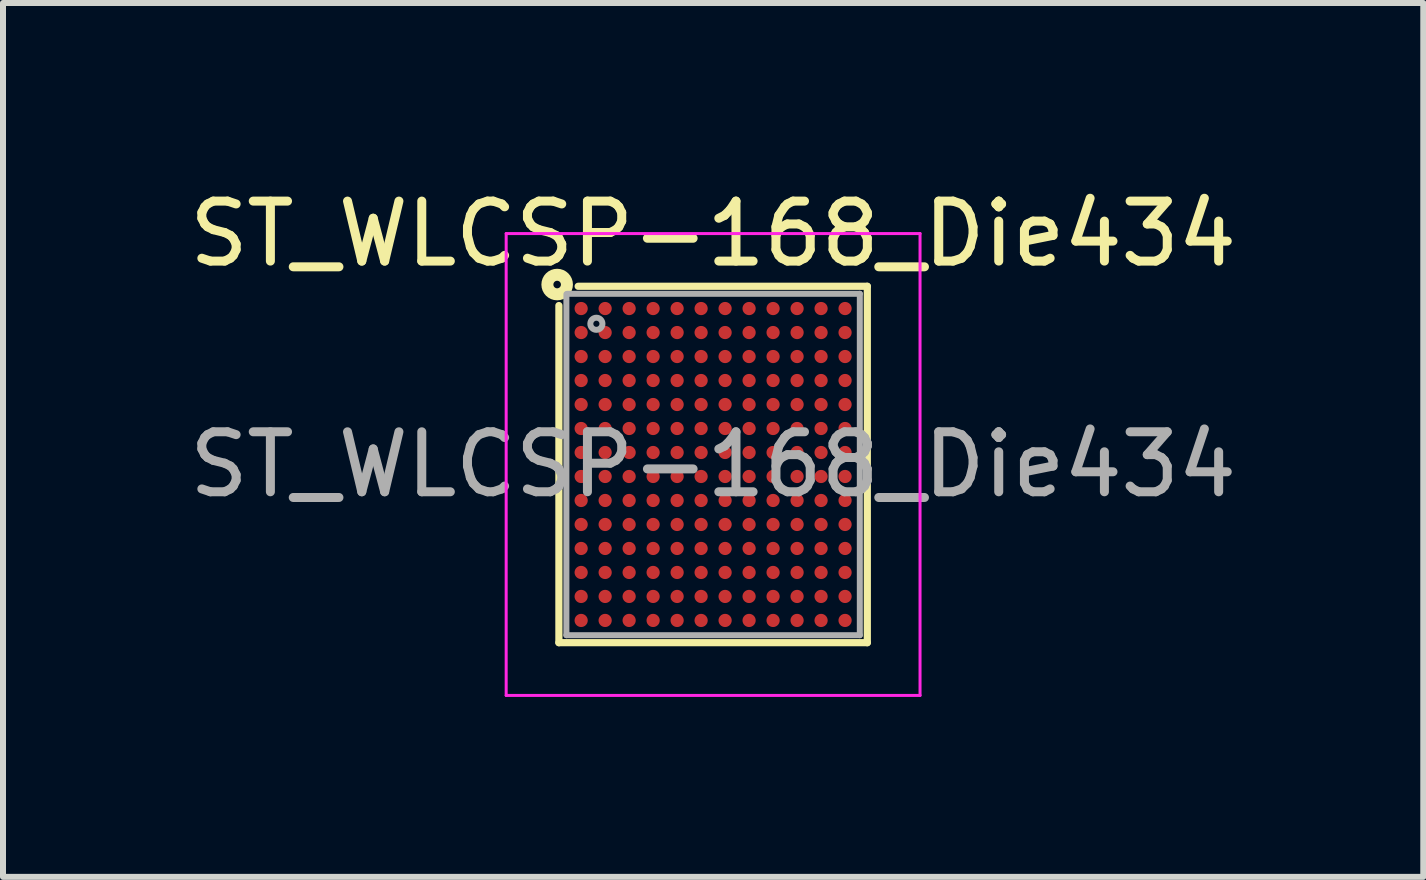
<source format=kicad_pcb>
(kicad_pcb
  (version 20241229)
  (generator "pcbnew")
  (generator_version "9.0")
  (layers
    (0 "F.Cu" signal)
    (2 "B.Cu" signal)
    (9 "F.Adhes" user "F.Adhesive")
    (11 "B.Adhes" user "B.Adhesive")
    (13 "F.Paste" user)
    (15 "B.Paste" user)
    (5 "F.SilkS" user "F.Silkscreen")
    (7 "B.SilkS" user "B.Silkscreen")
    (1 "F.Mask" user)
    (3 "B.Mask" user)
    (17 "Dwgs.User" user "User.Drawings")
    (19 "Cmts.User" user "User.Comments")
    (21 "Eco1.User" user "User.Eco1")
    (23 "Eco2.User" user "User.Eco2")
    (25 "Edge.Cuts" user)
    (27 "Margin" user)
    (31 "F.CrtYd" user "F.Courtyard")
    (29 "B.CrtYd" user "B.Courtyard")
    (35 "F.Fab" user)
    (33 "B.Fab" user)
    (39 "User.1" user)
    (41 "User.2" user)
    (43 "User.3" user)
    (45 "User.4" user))
  (footprint "ST_WLCSP-168_Die434"
    (layer "F.Cu")
    (at 8.839 4.694)
    (property "Reference" "ST_WLCSP-168_Die434" (at 0 -3.846 0) (layer "F.SilkS") (effects (font (size 1 1) (thickness 0.15))))
    (attr smd)
    (fp_line (start -2.571 2.971) (end -2.571 -2.65) (stroke (width 0.12) (type solid)) (layer "F.SilkS"))
    (fp_line (start -2.25 -2.971) (end 2.571 -2.971) (stroke (width 0.12) (type solid)) (layer "F.SilkS"))
    (fp_line (start 2.571 -2.971) (end 2.571 2.971) (stroke (width 0.12) (type solid)) (layer "F.SilkS"))
    (fp_line (start 2.571 2.971) (end -2.571 2.971) (stroke (width 0.12) (type solid)) (layer "F.SilkS"))
    (fp_circle (center -2.6 -3) (end -2.537 -3) (stroke (width 0.2) (type solid)) (fill no) (layer "F.SilkS"))
    (fp_line (start -3.45 -3.85) (end -3.45 3.85) (stroke (width 0.05) (type solid)) (layer "F.CrtYd"))
    (fp_line (start -3.45 3.85) (end 3.45 3.85) (stroke (width 0.05) (type solid)) (layer "F.CrtYd"))
    (fp_line (start 3.45 -3.85) (end -3.45 -3.85) (stroke (width 0.05) (type solid)) (layer "F.CrtYd"))
    (fp_line (start 3.45 3.85) (end 3.45 -3.85) (stroke (width 0.05) (type solid)) (layer "F.CrtYd"))
    (fp_line (start -2.446 2.846) (end -2.446 -2.84) (stroke (width 0.1) (type solid)) (layer "F.Fab"))
    (fp_line (start -2.43 -2.846) (end 2.446 -2.846) (stroke (width 0.1) (type solid)) (layer "F.Fab"))
    (fp_line (start 2.446 -2.846) (end 2.446 2.846) (stroke (width 0.1) (type solid)) (layer "F.Fab"))
    (fp_line (start 2.446 2.846) (end -2.446 2.846) (stroke (width 0.1) (type solid)) (layer "F.Fab"))
    (fp_circle (center -1.946 -2.346) (end -1.845 -2.346) (stroke (width 0.1) (type solid)) (fill no) (layer "F.Fab"))
    (fp_text user "${REFERENCE}" (at 0 0 0) (layer "F.Fab") (effects (font (size 1 1) (thickness 0.15))))
    (pad "A1" smd circle (at -2.2 -2.6) (size 0.22 0.22) (layers "F.Cu" "F.Mask" "F.Paste"))
    (pad "A2" smd circle (at -1.8 -2.6) (size 0.22 0.22) (layers "F.Cu" "F.Mask" "F.Paste"))
    (pad "A3" smd circle (at -1.4 -2.6) (size 0.22 0.22) (layers "F.Cu" "F.Mask" "F.Paste"))
    (pad "A4" smd circle (at -1 -2.6) (size 0.22 0.22) (layers "F.Cu" "F.Mask" "F.Paste"))
    (pad "A5" smd circle (at -0.6 -2.6) (size 0.22 0.22) (layers "F.Cu" "F.Mask" "F.Paste"))
    (pad "A6" smd circle (at -0.2 -2.6) (size 0.22 0.22) (layers "F.Cu" "F.Mask" "F.Paste"))
    (pad "A7" smd circle (at 0.2 -2.6) (size 0.22 0.22) (layers "F.Cu" "F.Mask" "F.Paste"))
    (pad "A8" smd circle (at 0.6 -2.6) (size 0.22 0.22) (layers "F.Cu" "F.Mask" "F.Paste"))
    (pad "A9" smd circle (at 1 -2.6) (size 0.22 0.22) (layers "F.Cu" "F.Mask" "F.Paste"))
    (pad "A10" smd circle (at 1.4 -2.6) (size 0.22 0.22) (layers "F.Cu" "F.Mask" "F.Paste"))
    (pad "A11" smd circle (at 1.8 -2.6) (size 0.22 0.22) (layers "F.Cu" "F.Mask" "F.Paste"))
    (pad "A12" smd circle (at 2.2 -2.6) (size 0.22 0.22) (layers "F.Cu" "F.Mask" "F.Paste"))
    (pad "B1" smd circle (at -2.2 -2.2) (size 0.22 0.22) (layers "F.Cu" "F.Mask" "F.Paste"))
    (pad "B2" smd circle (at -1.8 -2.2) (size 0.22 0.22) (layers "F.Cu" "F.Mask" "F.Paste"))
    (pad "B3" smd circle (at -1.4 -2.2) (size 0.22 0.22) (layers "F.Cu" "F.Mask" "F.Paste"))
    (pad "B4" smd circle (at -1 -2.2) (size 0.22 0.22) (layers "F.Cu" "F.Mask" "F.Paste"))
    (pad "B5" smd circle (at -0.6 -2.2) (size 0.22 0.22) (layers "F.Cu" "F.Mask" "F.Paste"))
    (pad "B6" smd circle (at -0.2 -2.2) (size 0.22 0.22) (layers "F.Cu" "F.Mask" "F.Paste"))
    (pad "B7" smd circle (at 0.2 -2.2) (size 0.22 0.22) (layers "F.Cu" "F.Mask" "F.Paste"))
    (pad "B8" smd circle (at 0.6 -2.2) (size 0.22 0.22) (layers "F.Cu" "F.Mask" "F.Paste"))
    (pad "B9" smd circle (at 1 -2.2) (size 0.22 0.22) (layers "F.Cu" "F.Mask" "F.Paste"))
    (pad "B10" smd circle (at 1.4 -2.2) (size 0.22 0.22) (layers "F.Cu" "F.Mask" "F.Paste"))
    (pad "B11" smd circle (at 1.8 -2.2) (size 0.22 0.22) (layers "F.Cu" "F.Mask" "F.Paste"))
    (pad "B12" smd circle (at 2.2 -2.2) (size 0.22 0.22) (layers "F.Cu" "F.Mask" "F.Paste"))
    (pad "C1" smd circle (at -2.2 -1.8) (size 0.22 0.22) (layers "F.Cu" "F.Mask" "F.Paste"))
    (pad "C2" smd circle (at -1.8 -1.8) (size 0.22 0.22) (layers "F.Cu" "F.Mask" "F.Paste"))
    (pad "C3" smd circle (at -1.4 -1.8) (size 0.22 0.22) (layers "F.Cu" "F.Mask" "F.Paste"))
    (pad "C4" smd circle (at -1 -1.8) (size 0.22 0.22) (layers "F.Cu" "F.Mask" "F.Paste"))
    (pad "C5" smd circle (at -0.6 -1.8) (size 0.22 0.22) (layers "F.Cu" "F.Mask" "F.Paste"))
    (pad "C6" smd circle (at -0.2 -1.8) (size 0.22 0.22) (layers "F.Cu" "F.Mask" "F.Paste"))
    (pad "C7" smd circle (at 0.2 -1.8) (size 0.22 0.22) (layers "F.Cu" "F.Mask" "F.Paste"))
    (pad "C8" smd circle (at 0.6 -1.8) (size 0.22 0.22) (layers "F.Cu" "F.Mask" "F.Paste"))
    (pad "C9" smd circle (at 1 -1.8) (size 0.22 0.22) (layers "F.Cu" "F.Mask" "F.Paste"))
    (pad "C10" smd circle (at 1.4 -1.8) (size 0.22 0.22) (layers "F.Cu" "F.Mask" "F.Paste"))
    (pad "C11" smd circle (at 1.8 -1.8) (size 0.22 0.22) (layers "F.Cu" "F.Mask" "F.Paste"))
    (pad "C12" smd circle (at 2.2 -1.8) (size 0.22 0.22) (layers "F.Cu" "F.Mask" "F.Paste"))
    (pad "D1" smd circle (at -2.2 -1.4) (size 0.22 0.22) (layers "F.Cu" "F.Mask" "F.Paste"))
    (pad "D2" smd circle (at -1.8 -1.4) (size 0.22 0.22) (layers "F.Cu" "F.Mask" "F.Paste"))
    (pad "D3" smd circle (at -1.4 -1.4) (size 0.22 0.22) (layers "F.Cu" "F.Mask" "F.Paste"))
    (pad "D4" smd circle (at -1 -1.4) (size 0.22 0.22) (layers "F.Cu" "F.Mask" "F.Paste"))
    (pad "D5" smd circle (at -0.6 -1.4) (size 0.22 0.22) (layers "F.Cu" "F.Mask" "F.Paste"))
    (pad "D6" smd circle (at -0.2 -1.4) (size 0.22 0.22) (layers "F.Cu" "F.Mask" "F.Paste"))
    (pad "D7" smd circle (at 0.2 -1.4) (size 0.22 0.22) (layers "F.Cu" "F.Mask" "F.Paste"))
    (pad "D8" smd circle (at 0.6 -1.4) (size 0.22 0.22) (layers "F.Cu" "F.Mask" "F.Paste"))
    (pad "D9" smd circle (at 1 -1.4) (size 0.22 0.22) (layers "F.Cu" "F.Mask" "F.Paste"))
    (pad "D10" smd circle (at 1.4 -1.4) (size 0.22 0.22) (layers "F.Cu" "F.Mask" "F.Paste"))
    (pad "D11" smd circle (at 1.8 -1.4) (size 0.22 0.22) (layers "F.Cu" "F.Mask" "F.Paste"))
    (pad "D12" smd circle (at 2.2 -1.4) (size 0.22 0.22) (layers "F.Cu" "F.Mask" "F.Paste"))
    (pad "E1" smd circle (at -2.2 -1) (size 0.22 0.22) (layers "F.Cu" "F.Mask" "F.Paste"))
    (pad "E2" smd circle (at -1.8 -1) (size 0.22 0.22) (layers "F.Cu" "F.Mask" "F.Paste"))
    (pad "E3" smd circle (at -1.4 -1) (size 0.22 0.22) (layers "F.Cu" "F.Mask" "F.Paste"))
    (pad "E4" smd circle (at -1 -1) (size 0.22 0.22) (layers "F.Cu" "F.Mask" "F.Paste"))
    (pad "E5" smd circle (at -0.6 -1) (size 0.22 0.22) (layers "F.Cu" "F.Mask" "F.Paste"))
    (pad "E6" smd circle (at -0.2 -1) (size 0.22 0.22) (layers "F.Cu" "F.Mask" "F.Paste"))
    (pad "E7" smd circle (at 0.2 -1) (size 0.22 0.22) (layers "F.Cu" "F.Mask" "F.Paste"))
    (pad "E8" smd circle (at 0.6 -1) (size 0.22 0.22) (layers "F.Cu" "F.Mask" "F.Paste"))
    (pad "E9" smd circle (at 1 -1) (size 0.22 0.22) (layers "F.Cu" "F.Mask" "F.Paste"))
    (pad "E10" smd circle (at 1.4 -1) (size 0.22 0.22) (layers "F.Cu" "F.Mask" "F.Paste"))
    (pad "E11" smd circle (at 1.8 -1) (size 0.22 0.22) (layers "F.Cu" "F.Mask" "F.Paste"))
    (pad "E12" smd circle (at 2.2 -1) (size 0.22 0.22) (layers "F.Cu" "F.Mask" "F.Paste"))
    (pad "F1" smd circle (at -2.2 -0.6) (size 0.22 0.22) (layers "F.Cu" "F.Mask" "F.Paste"))
    (pad "F2" smd circle (at -1.8 -0.6) (size 0.22 0.22) (layers "F.Cu" "F.Mask" "F.Paste"))
    (pad "F3" smd circle (at -1.4 -0.6) (size 0.22 0.22) (layers "F.Cu" "F.Mask" "F.Paste"))
    (pad "F4" smd circle (at -1 -0.6) (size 0.22 0.22) (layers "F.Cu" "F.Mask" "F.Paste"))
    (pad "F5" smd circle (at -0.6 -0.6) (size 0.22 0.22) (layers "F.Cu" "F.Mask" "F.Paste"))
    (pad "F6" smd circle (at -0.2 -0.6) (size 0.22 0.22) (layers "F.Cu" "F.Mask" "F.Paste"))
    (pad "F7" smd circle (at 0.2 -0.6) (size 0.22 0.22) (layers "F.Cu" "F.Mask" "F.Paste"))
    (pad "F8" smd circle (at 0.6 -0.6) (size 0.22 0.22) (layers "F.Cu" "F.Mask" "F.Paste"))
    (pad "F9" smd circle (at 1 -0.6) (size 0.22 0.22) (layers "F.Cu" "F.Mask" "F.Paste"))
    (pad "F10" smd circle (at 1.4 -0.6) (size 0.22 0.22) (layers "F.Cu" "F.Mask" "F.Paste"))
    (pad "F11" smd circle (at 1.8 -0.6) (size 0.22 0.22) (layers "F.Cu" "F.Mask" "F.Paste"))
    (pad "F12" smd circle (at 2.2 -0.6) (size 0.22 0.22) (layers "F.Cu" "F.Mask" "F.Paste"))
    (pad "G1" smd circle (at -2.2 -0.2) (size 0.22 0.22) (layers "F.Cu" "F.Mask" "F.Paste"))
    (pad "G2" smd circle (at -1.8 -0.2) (size 0.22 0.22) (layers "F.Cu" "F.Mask" "F.Paste"))
    (pad "G3" smd circle (at -1.4 -0.2) (size 0.22 0.22) (layers "F.Cu" "F.Mask" "F.Paste"))
    (pad "G4" smd circle (at -1 -0.2) (size 0.22 0.22) (layers "F.Cu" "F.Mask" "F.Paste"))
    (pad "G5" smd circle (at -0.6 -0.2) (size 0.22 0.22) (layers "F.Cu" "F.Mask" "F.Paste"))
    (pad "G6" smd circle (at -0.2 -0.2) (size 0.22 0.22) (layers "F.Cu" "F.Mask" "F.Paste"))
    (pad "G7" smd circle (at 0.2 -0.2) (size 0.22 0.22) (layers "F.Cu" "F.Mask" "F.Paste"))
    (pad "G8" smd circle (at 0.6 -0.2) (size 0.22 0.22) (layers "F.Cu" "F.Mask" "F.Paste"))
    (pad "G9" smd circle (at 1 -0.2) (size 0.22 0.22) (layers "F.Cu" "F.Mask" "F.Paste"))
    (pad "G10" smd circle (at 1.4 -0.2) (size 0.22 0.22) (layers "F.Cu" "F.Mask" "F.Paste"))
    (pad "G11" smd circle (at 1.8 -0.2) (size 0.22 0.22) (layers "F.Cu" "F.Mask" "F.Paste"))
    (pad "G12" smd circle (at 2.2 -0.2) (size 0.22 0.22) (layers "F.Cu" "F.Mask" "F.Paste"))
    (pad "H1" smd circle (at -2.2 0.2) (size 0.22 0.22) (layers "F.Cu" "F.Mask" "F.Paste"))
    (pad "H2" smd circle (at -1.8 0.2) (size 0.22 0.22) (layers "F.Cu" "F.Mask" "F.Paste"))
    (pad "H3" smd circle (at -1.4 0.2) (size 0.22 0.22) (layers "F.Cu" "F.Mask" "F.Paste"))
    (pad "H4" smd circle (at -1 0.2) (size 0.22 0.22) (layers "F.Cu" "F.Mask" "F.Paste"))
    (pad "H5" smd circle (at -0.6 0.2) (size 0.22 0.22) (layers "F.Cu" "F.Mask" "F.Paste"))
    (pad "H6" smd circle (at -0.2 0.2) (size 0.22 0.22) (layers "F.Cu" "F.Mask" "F.Paste"))
    (pad "H7" smd circle (at 0.2 0.2) (size 0.22 0.22) (layers "F.Cu" "F.Mask" "F.Paste"))
    (pad "H8" smd circle (at 0.6 0.2) (size 0.22 0.22) (layers "F.Cu" "F.Mask" "F.Paste"))
    (pad "H9" smd circle (at 1 0.2) (size 0.22 0.22) (layers "F.Cu" "F.Mask" "F.Paste"))
    (pad "H10" smd circle (at 1.4 0.2) (size 0.22 0.22) (layers "F.Cu" "F.Mask" "F.Paste"))
    (pad "H11" smd circle (at 1.8 0.2) (size 0.22 0.22) (layers "F.Cu" "F.Mask" "F.Paste"))
    (pad "H12" smd circle (at 2.2 0.2) (size 0.22 0.22) (layers "F.Cu" "F.Mask" "F.Paste"))
    (pad "J1" smd circle (at -2.2 0.6) (size 0.22 0.22) (layers "F.Cu" "F.Mask" "F.Paste"))
    (pad "J2" smd circle (at -1.8 0.6) (size 0.22 0.22) (layers "F.Cu" "F.Mask" "F.Paste"))
    (pad "J3" smd circle (at -1.4 0.6) (size 0.22 0.22) (layers "F.Cu" "F.Mask" "F.Paste"))
    (pad "J4" smd circle (at -1 0.6) (size 0.22 0.22) (layers "F.Cu" "F.Mask" "F.Paste"))
    (pad "J5" smd circle (at -0.6 0.6) (size 0.22 0.22) (layers "F.Cu" "F.Mask" "F.Paste"))
    (pad "J6" smd circle (at -0.2 0.6) (size 0.22 0.22) (layers "F.Cu" "F.Mask" "F.Paste"))
    (pad "J7" smd circle (at 0.2 0.6) (size 0.22 0.22) (layers "F.Cu" "F.Mask" "F.Paste"))
    (pad "J8" smd circle (at 0.6 0.6) (size 0.22 0.22) (layers "F.Cu" "F.Mask" "F.Paste"))
    (pad "J9" smd circle (at 1 0.6) (size 0.22 0.22) (layers "F.Cu" "F.Mask" "F.Paste"))
    (pad "J10" smd circle (at 1.4 0.6) (size 0.22 0.22) (layers "F.Cu" "F.Mask" "F.Paste"))
    (pad "J11" smd circle (at 1.8 0.6) (size 0.22 0.22) (layers "F.Cu" "F.Mask" "F.Paste"))
    (pad "J12" smd circle (at 2.2 0.6) (size 0.22 0.22) (layers "F.Cu" "F.Mask" "F.Paste"))
    (pad "K1" smd circle (at -2.2 1) (size 0.22 0.22) (layers "F.Cu" "F.Mask" "F.Paste"))
    (pad "K2" smd circle (at -1.8 1) (size 0.22 0.22) (layers "F.Cu" "F.Mask" "F.Paste"))
    (pad "K3" smd circle (at -1.4 1) (size 0.22 0.22) (layers "F.Cu" "F.Mask" "F.Paste"))
    (pad "K4" smd circle (at -1 1) (size 0.22 0.22) (layers "F.Cu" "F.Mask" "F.Paste"))
    (pad "K5" smd circle (at -0.6 1) (size 0.22 0.22) (layers "F.Cu" "F.Mask" "F.Paste"))
    (pad "K6" smd circle (at -0.2 1) (size 0.22 0.22) (layers "F.Cu" "F.Mask" "F.Paste"))
    (pad "K7" smd circle (at 0.2 1) (size 0.22 0.22) (layers "F.Cu" "F.Mask" "F.Paste"))
    (pad "K8" smd circle (at 0.6 1) (size 0.22 0.22) (layers "F.Cu" "F.Mask" "F.Paste"))
    (pad "K9" smd circle (at 1 1) (size 0.22 0.22) (layers "F.Cu" "F.Mask" "F.Paste"))
    (pad "K10" smd circle (at 1.4 1) (size 0.22 0.22) (layers "F.Cu" "F.Mask" "F.Paste"))
    (pad "K11" smd circle (at 1.8 1) (size 0.22 0.22) (layers "F.Cu" "F.Mask" "F.Paste"))
    (pad "K12" smd circle (at 2.2 1) (size 0.22 0.22) (layers "F.Cu" "F.Mask" "F.Paste"))
    (pad "L1" smd circle (at -2.2 1.4) (size 0.22 0.22) (layers "F.Cu" "F.Mask" "F.Paste"))
    (pad "L2" smd circle (at -1.8 1.4) (size 0.22 0.22) (layers "F.Cu" "F.Mask" "F.Paste"))
    (pad "L3" smd circle (at -1.4 1.4) (size 0.22 0.22) (layers "F.Cu" "F.Mask" "F.Paste"))
    (pad "L4" smd circle (at -1 1.4) (size 0.22 0.22) (layers "F.Cu" "F.Mask" "F.Paste"))
    (pad "L5" smd circle (at -0.6 1.4) (size 0.22 0.22) (layers "F.Cu" "F.Mask" "F.Paste"))
    (pad "L6" smd circle (at -0.2 1.4) (size 0.22 0.22) (layers "F.Cu" "F.Mask" "F.Paste"))
    (pad "L7" smd circle (at 0.2 1.4) (size 0.22 0.22) (layers "F.Cu" "F.Mask" "F.Paste"))
    (pad "L8" smd circle (at 0.6 1.4) (size 0.22 0.22) (layers "F.Cu" "F.Mask" "F.Paste"))
    (pad "L9" smd circle (at 1 1.4) (size 0.22 0.22) (layers "F.Cu" "F.Mask" "F.Paste"))
    (pad "L10" smd circle (at 1.4 1.4) (size 0.22 0.22) (layers "F.Cu" "F.Mask" "F.Paste"))
    (pad "L11" smd circle (at 1.8 1.4) (size 0.22 0.22) (layers "F.Cu" "F.Mask" "F.Paste"))
    (pad "L12" smd circle (at 2.2 1.4) (size 0.22 0.22) (layers "F.Cu" "F.Mask" "F.Paste"))
    (pad "M1" smd circle (at -2.2 1.8) (size 0.22 0.22) (layers "F.Cu" "F.Mask" "F.Paste"))
    (pad "M2" smd circle (at -1.8 1.8) (size 0.22 0.22) (layers "F.Cu" "F.Mask" "F.Paste"))
    (pad "M3" smd circle (at -1.4 1.8) (size 0.22 0.22) (layers "F.Cu" "F.Mask" "F.Paste"))
    (pad "M4" smd circle (at -1 1.8) (size 0.22 0.22) (layers "F.Cu" "F.Mask" "F.Paste"))
    (pad "M5" smd circle (at -0.6 1.8) (size 0.22 0.22) (layers "F.Cu" "F.Mask" "F.Paste"))
    (pad "M6" smd circle (at -0.2 1.8) (size 0.22 0.22) (layers "F.Cu" "F.Mask" "F.Paste"))
    (pad "M7" smd circle (at 0.2 1.8) (size 0.22 0.22) (layers "F.Cu" "F.Mask" "F.Paste"))
    (pad "M8" smd circle (at 0.6 1.8) (size 0.22 0.22) (layers "F.Cu" "F.Mask" "F.Paste"))
    (pad "M9" smd circle (at 1 1.8) (size 0.22 0.22) (layers "F.Cu" "F.Mask" "F.Paste"))
    (pad "M10" smd circle (at 1.4 1.8) (size 0.22 0.22) (layers "F.Cu" "F.Mask" "F.Paste"))
    (pad "M11" smd circle (at 1.8 1.8) (size 0.22 0.22) (layers "F.Cu" "F.Mask" "F.Paste"))
    (pad "M12" smd circle (at 2.2 1.8) (size 0.22 0.22) (layers "F.Cu" "F.Mask" "F.Paste"))
    (pad "N1" smd circle (at -2.2 2.2) (size 0.22 0.22) (layers "F.Cu" "F.Mask" "F.Paste"))
    (pad "N2" smd circle (at -1.8 2.2) (size 0.22 0.22) (layers "F.Cu" "F.Mask" "F.Paste"))
    (pad "N3" smd circle (at -1.4 2.2) (size 0.22 0.22) (layers "F.Cu" "F.Mask" "F.Paste"))
    (pad "N4" smd circle (at -1 2.2) (size 0.22 0.22) (layers "F.Cu" "F.Mask" "F.Paste"))
    (pad "N5" smd circle (at -0.6 2.2) (size 0.22 0.22) (layers "F.Cu" "F.Mask" "F.Paste"))
    (pad "N6" smd circle (at -0.2 2.2) (size 0.22 0.22) (layers "F.Cu" "F.Mask" "F.Paste"))
    (pad "N7" smd circle (at 0.2 2.2) (size 0.22 0.22) (layers "F.Cu" "F.Mask" "F.Paste"))
    (pad "N8" smd circle (at 0.6 2.2) (size 0.22 0.22) (layers "F.Cu" "F.Mask" "F.Paste"))
    (pad "N9" smd circle (at 1 2.2) (size 0.22 0.22) (layers "F.Cu" "F.Mask" "F.Paste"))
    (pad "N10" smd circle (at 1.4 2.2) (size 0.22 0.22) (layers "F.Cu" "F.Mask" "F.Paste"))
    (pad "N11" smd circle (at 1.8 2.2) (size 0.22 0.22) (layers "F.Cu" "F.Mask" "F.Paste"))
    (pad "N12" smd circle (at 2.2 2.2) (size 0.22 0.22) (layers "F.Cu" "F.Mask" "F.Paste"))
    (pad "P1" smd circle (at -2.2 2.6) (size 0.22 0.22) (layers "F.Cu" "F.Mask" "F.Paste"))
    (pad "P2" smd circle (at -1.8 2.6) (size 0.22 0.22) (layers "F.Cu" "F.Mask" "F.Paste"))
    (pad "P3" smd circle (at -1.4 2.6) (size 0.22 0.22) (layers "F.Cu" "F.Mask" "F.Paste"))
    (pad "P4" smd circle (at -1 2.6) (size 0.22 0.22) (layers "F.Cu" "F.Mask" "F.Paste"))
    (pad "P5" smd circle (at -0.6 2.6) (size 0.22 0.22) (layers "F.Cu" "F.Mask" "F.Paste"))
    (pad "P6" smd circle (at -0.2 2.6) (size 0.22 0.22) (layers "F.Cu" "F.Mask" "F.Paste"))
    (pad "P7" smd circle (at 0.2 2.6) (size 0.22 0.22) (layers "F.Cu" "F.Mask" "F.Paste"))
    (pad "P8" smd circle (at 0.6 2.6) (size 0.22 0.22) (layers "F.Cu" "F.Mask" "F.Paste"))
    (pad "P9" smd circle (at 1 2.6) (size 0.22 0.22) (layers "F.Cu" "F.Mask" "F.Paste"))
    (pad "P10" smd circle (at 1.4 2.6) (size 0.22 0.22) (layers "F.Cu" "F.Mask" "F.Paste"))
    (pad "P11" smd circle (at 1.8 2.6) (size 0.22 0.22) (layers "F.Cu" "F.Mask" "F.Paste"))
    (pad "P12" smd circle (at 2.2 2.6) (size 0.22 0.22) (layers "F.Cu" "F.Mask" "F.Paste")))
  (gr_rect
    (start -3 -3)
    (end 20.679 11.569)
    (stroke (width 0.1) (type default))
    (fill no)
    (layer "Edge.Cuts")))
</source>
